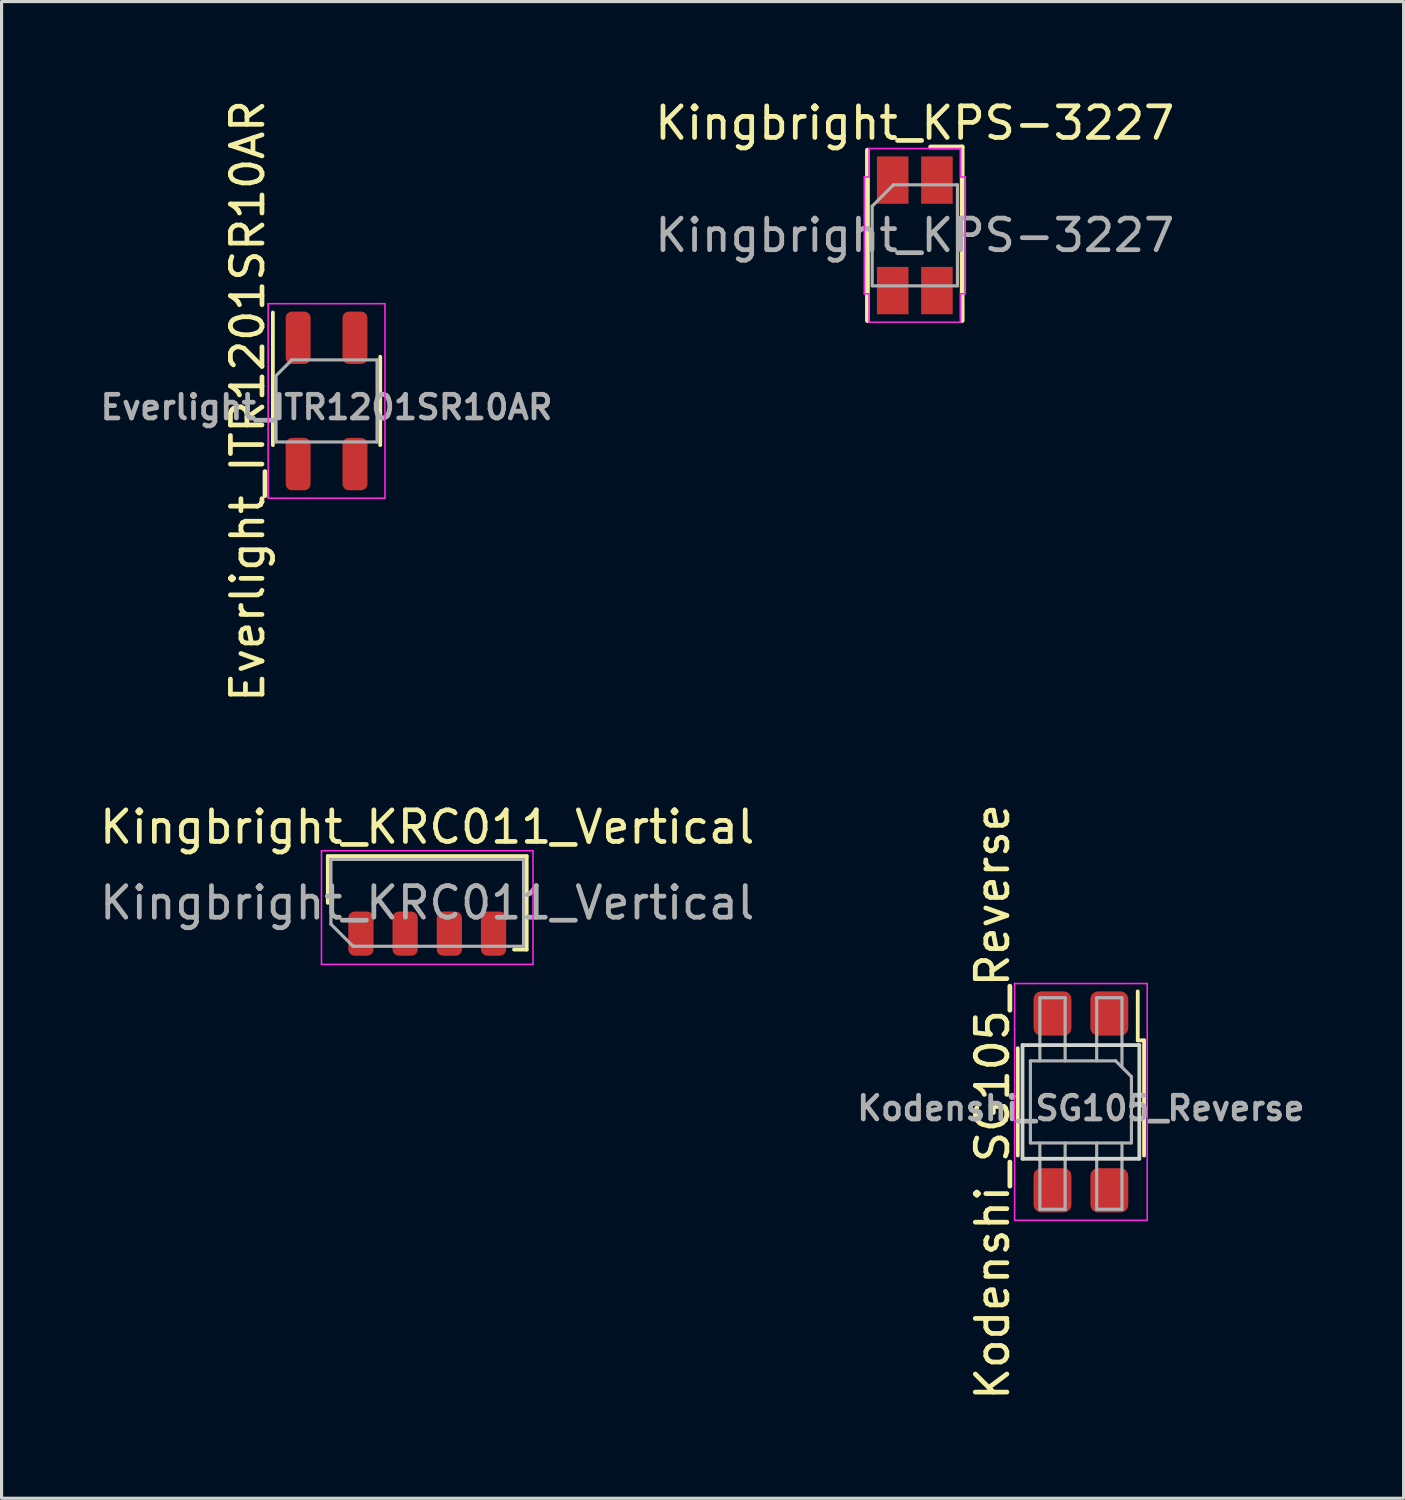
<source format=kicad_pcb>
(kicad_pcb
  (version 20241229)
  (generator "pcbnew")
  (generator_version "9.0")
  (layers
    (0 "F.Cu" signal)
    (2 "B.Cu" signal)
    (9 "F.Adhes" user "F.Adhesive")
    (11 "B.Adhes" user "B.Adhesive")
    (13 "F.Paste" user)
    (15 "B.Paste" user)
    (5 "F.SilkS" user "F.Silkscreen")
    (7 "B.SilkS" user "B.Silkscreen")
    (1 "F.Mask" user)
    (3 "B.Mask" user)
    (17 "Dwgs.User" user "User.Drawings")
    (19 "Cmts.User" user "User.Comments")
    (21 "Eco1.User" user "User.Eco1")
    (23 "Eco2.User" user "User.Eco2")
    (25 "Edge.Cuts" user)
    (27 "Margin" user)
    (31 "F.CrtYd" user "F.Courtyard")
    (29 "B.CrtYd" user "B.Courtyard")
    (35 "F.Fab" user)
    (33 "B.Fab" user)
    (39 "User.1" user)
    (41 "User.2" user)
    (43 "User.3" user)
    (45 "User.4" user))
  (footprint "Kodenshi_SG105_Reverse"
    (layer "F.Cu")
    (at 31.186 31.851)
    (property "Reference" "Kodenshi_SG105_Reverse" (at -2.8 0 90) (layer "F.SilkS") (effects (font (size 1 1) (thickness 0.15))))
    (attr smd)
    (fp_line (start -2 1.7) (end -2 -1.7) (stroke (width 0.12) (type solid)) (layer "F.SilkS"))
    (fp_line (start 1.8 -1.95) (end 1.8 -3.5) (stroke (width 0.12) (type solid)) (layer "F.SilkS"))
    (fp_line (start 1.8 -1.95) (end 2 -1.95) (stroke (width 0.12) (type solid)) (layer "F.SilkS"))
    (fp_line (start 2 1.7) (end 2 -1.95) (stroke (width 0.12) (type solid)) (layer "F.SilkS"))
    (fp_line (start -1.85 -1.8) (end 1.85 -1.8) (stroke (width 0.12) (type solid)) (layer "Edge.Cuts"))
    (fp_line (start -1.85 1.8) (end -1.85 -1.8) (stroke (width 0.12) (type solid)) (layer "Edge.Cuts"))
    (fp_line (start 1.85 -1.8) (end 1.85 1.8) (stroke (width 0.12) (type solid)) (layer "Edge.Cuts"))
    (fp_line (start 1.85 1.8) (end -1.85 1.8) (stroke (width 0.12) (type solid)) (layer "Edge.Cuts"))
    (fp_line (start -2.1 -3.75) (end -2.1 3.75) (stroke (width 0.05) (type solid)) (layer "F.CrtYd"))
    (fp_line (start -2.1 -3.75) (end 2.1 -3.75) (stroke (width 0.05) (type solid)) (layer "F.CrtYd"))
    (fp_line (start 2.1 3.75) (end -2.1 3.75) (stroke (width 0.05) (type solid)) (layer "F.CrtYd"))
    (fp_line (start 2.1 3.75) (end 2.1 -3.75) (stroke (width 0.05) (type solid)) (layer "F.CrtYd"))
    (fp_line (start -1.6 -1.3) (end -1.6 1.3) (stroke (width 0.1) (type solid)) (layer "F.Fab"))
    (fp_line (start -1.6 1.3) (end 1.6 1.3) (stroke (width 0.1) (type solid)) (layer "F.Fab"))
    (fp_line (start -1.3 -3.3) (end -1.3 -1.3) (stroke (width 0.1) (type solid)) (layer "F.Fab"))
    (fp_line (start -1.3 -3.3) (end -0.5 -3.3) (stroke (width 0.1) (type solid)) (layer "F.Fab"))
    (fp_line (start -1.3 3.4) (end -1.3 1.3) (stroke (width 0.1) (type solid)) (layer "F.Fab"))
    (fp_line (start -0.5 -3.3) (end -0.5 -1.3) (stroke (width 0.1) (type solid)) (layer "F.Fab"))
    (fp_line (start -0.5 1.3) (end -0.5 3.4) (stroke (width 0.1) (type solid)) (layer "F.Fab"))
    (fp_line (start -0.5 3.4) (end -1.3 3.4) (stroke (width 0.1) (type solid)) (layer "F.Fab"))
    (fp_line (start 0.5 -3.3) (end 1.3 -3.3) (stroke (width 0.1) (type solid)) (layer "F.Fab"))
    (fp_line (start 0.5 -1.3) (end 0.5 -3.3) (stroke (width 0.1) (type solid)) (layer "F.Fab"))
    (fp_line (start 0.5 1.3) (end 0.5 3.4) (stroke (width 0.1) (type solid)) (layer "F.Fab"))
    (fp_line (start 0.5 3.4) (end 1.3 3.4) (stroke (width 0.1) (type solid)) (layer "F.Fab"))
    (fp_line (start 1.1 -1.3) (end -1.6 -1.3) (stroke (width 0.1) (type solid)) (layer "F.Fab"))
    (fp_line (start 1.3 -3.3) (end 1.3 -1.1) (stroke (width 0.1) (type solid)) (layer "F.Fab"))
    (fp_line (start 1.3 3.4) (end 1.3 1.3) (stroke (width 0.1) (type solid)) (layer "F.Fab"))
    (fp_line (start 1.6 -0.8) (end 1.1 -1.3) (stroke (width 0.1) (type solid)) (layer "F.Fab"))
    (fp_line (start 1.6 1.3) (end 1.6 -0.8) (stroke (width 0.1) (type solid)) (layer "F.Fab"))
    (fp_text user "${REFERENCE}" (at 0 0.2 0) (layer "F.Fab") (effects (font (size 0.75 0.75) (thickness 0.15))))
    (pad "1" smd roundrect (at 0.9 -2.8) (size 1.2 1.4) (layers "F.Cu" "F.Mask" "F.Paste") (roundrect_rratio 0.2))
    (pad "2" smd roundrect (at 0.9 2.8) (size 1.2 1.4) (layers "F.Cu" "F.Mask" "F.Paste") (roundrect_rratio 0.2))
    (pad "3" smd roundrect (at -0.9 2.8) (size 1.2 1.4) (layers "F.Cu" "F.Mask" "F.Paste") (roundrect_rratio 0.2))
    (pad "4" smd roundrect (at -0.9 -2.8) (size 1.2 1.4) (layers "F.Cu" "F.Mask" "F.Paste") (roundrect_rratio 0.2)))
  (footprint "Kingbright_KRC011_Vertical"
    (layer "F.Cu")
    (at 10.482 25.546)
    (property "Reference" "Kingbright_KRC011_Vertical" (at 0 -2.4 0) (layer "F.SilkS") (effects (font (size 1 1) (thickness 0.15))))
    (attr smd)
    (fp_line (start -3.15 -1.48) (end -3.15 0) (stroke (width 0.12) (type solid)) (layer "F.SilkS"))
    (fp_line (start 3.15 -1.48) (end -3.15 -1.48) (stroke (width 0.12) (type solid)) (layer "F.SilkS"))
    (fp_line (start 3.15 -1.48) (end 3.15 1.48) (stroke (width 0.12) (type solid)) (layer "F.SilkS"))
    (fp_line (start 3.15 1.48) (end 2.75 1.48) (stroke (width 0.12) (type solid)) (layer "F.SilkS"))
    (fp_line (start -3.35 -1.65) (end -3.35 1.95) (stroke (width 0.05) (type solid)) (layer "F.CrtYd"))
    (fp_line (start -3.35 -1.65) (end 3.35 -1.65) (stroke (width 0.05) (type solid)) (layer "F.CrtYd"))
    (fp_line (start -3.35 1.95) (end 3.35 1.95) (stroke (width 0.05) (type solid)) (layer "F.CrtYd"))
    (fp_line (start 3.35 1.95) (end 3.35 -1.65) (stroke (width 0.05) (type solid)) (layer "F.CrtYd"))
    (fp_line (start -3.05 -1.375) (end 3.05 -1.375) (stroke (width 0.1) (type solid)) (layer "F.Fab"))
    (fp_line (start -3.05 0.675) (end -3.05 -1.375) (stroke (width 0.1) (type solid)) (layer "F.Fab"))
    (fp_line (start -3.05 0.675) (end -2.35 1.375) (stroke (width 0.1) (type solid)) (layer "F.Fab"))
    (fp_line (start 3.05 -1.375) (end 3.05 1.375) (stroke (width 0.1) (type solid)) (layer "F.Fab"))
    (fp_line (start 3.05 1.375) (end -2.35 1.375) (stroke (width 0.1) (type solid)) (layer "F.Fab"))
    (fp_text user "${REFERENCE}" (at 0 0 0) (layer "F.Fab") (effects (font (size 1 1) (thickness 0.15))))
    (pad "1" smd roundrect (at -2.1 0.975) (size 0.8 1.4) (layers "F.Cu" "F.Mask" "F.Paste") (roundrect_rratio 0.25))
    (pad "2" smd roundrect (at -0.7 0.975) (size 0.8 1.4) (layers "F.Cu" "F.Mask" "F.Paste") (roundrect_rratio 0.25))
    (pad "3" smd roundrect (at 0.7 0.975) (size 0.8 1.4) (layers "F.Cu" "F.Mask" "F.Paste") (roundrect_rratio 0.25))
    (pad "4" smd roundrect (at 2.1 0.975) (size 0.8 1.4) (layers "F.Cu" "F.Mask" "F.Paste") (roundrect_rratio 0.25)))
  (footprint "Everlight_ITR1201SR10AR"
    (layer "F.Cu")
    (at 7.293 9.649)
    (property "Reference" "Everlight_ITR1201SR10AR" (at -2.5 0 90) (layer "F.SilkS") (effects (font (size 1 1) (thickness 0.15))))
    (attr smd)
    (fp_line (start -1.7 1.4) (end -1.7 -2.8) (stroke (width 0.12) (type solid)) (layer "F.SilkS"))
    (fp_line (start 1.7 1.4) (end 1.7 -1.4) (stroke (width 0.12) (type solid)) (layer "F.SilkS"))
    (fp_line (start -1.85 -3.08) (end -1.85 3.08) (stroke (width 0.05) (type solid)) (layer "F.CrtYd"))
    (fp_line (start -1.85 -3.08) (end 1.85 -3.08) (stroke (width 0.05) (type solid)) (layer "F.CrtYd"))
    (fp_line (start 1.85 3.08) (end -1.85 3.08) (stroke (width 0.05) (type solid)) (layer "F.CrtYd"))
    (fp_line (start 1.85 3.08) (end 1.85 -3.08) (stroke (width 0.05) (type solid)) (layer "F.CrtYd"))
    (fp_line (start -1.6 -0.8) (end -1.1 -1.3) (stroke (width 0.1) (type solid)) (layer "F.Fab"))
    (fp_line (start -1.6 1.3) (end -1.6 -0.8) (stroke (width 0.1) (type solid)) (layer "F.Fab"))
    (fp_line (start -1.1 -1.3) (end 1.6 -1.3) (stroke (width 0.1) (type solid)) (layer "F.Fab"))
    (fp_line (start 1.6 -1.3) (end 1.6 1.3) (stroke (width 0.1) (type solid)) (layer "F.Fab"))
    (fp_line (start 1.6 1.3) (end -1.6 1.3) (stroke (width 0.1) (type solid)) (layer "F.Fab"))
    (fp_text user "${REFERENCE}" (at 0 0.2 0) (layer "F.Fab") (effects (font (size 0.75 0.75) (thickness 0.15))))
    (pad "1" smd roundrect (at -0.9 2) (size 0.79 1.66) (layers "F.Cu" "F.Mask" "F.Paste") (roundrect_rratio 0.25))
    (pad "2" smd roundrect (at -0.9 -2) (size 0.79 1.66) (layers "F.Cu" "F.Mask" "F.Paste") (roundrect_rratio 0.25))
    (pad "3" smd roundrect (at 0.9 2) (size 0.79 1.66) (layers "F.Cu" "F.Mask" "F.Paste") (roundrect_rratio 0.25))
    (pad "4" smd roundrect (at 0.9 -2) (size 0.79 1.66) (layers "F.Cu" "F.Mask" "F.Paste") (roundrect_rratio 0.25)))
  (footprint "Kingbright_KPS-3227"
    (layer "F.Cu")
    (at 25.925 4.404)
    (property "Reference" "Kingbright_KPS-3227" (at 0 -3.556 180) (layer "F.SilkS") (effects (font (size 1 1) (thickness 0.15))))
    (attr smd)
    (fp_line (start -1.5 2.7) (end -1.5 -2.7) (stroke (width 0.15) (type solid)) (layer "F.SilkS"))
    (fp_line (start 0.5 -2.8) (end 1.5 -2.8) (stroke (width 0.15) (type solid)) (layer "F.SilkS"))
    (fp_line (start 1.5 2.7) (end 1.5 -2.8) (stroke (width 0.15) (type solid)) (layer "F.SilkS"))
    (fp_line (start -1.6 -1.85) (end -1.6 1.85) (stroke (width 0.05) (type solid)) (layer "F.CrtYd"))
    (fp_line (start -1.6 -1.85) (end -1.45 -1.85) (stroke (width 0.05) (type solid)) (layer "F.CrtYd"))
    (fp_line (start -1.6 1.85) (end -1.45 1.85) (stroke (width 0.05) (type solid)) (layer "F.CrtYd"))
    (fp_line (start -1.45 -1.85) (end -1.45 -2.75) (stroke (width 0.05) (type solid)) (layer "F.CrtYd"))
    (fp_line (start -1.45 1.85) (end -1.45 2.75) (stroke (width 0.05) (type solid)) (layer "F.CrtYd"))
    (fp_line (start -1.45 2.75) (end 1.45 2.75) (stroke (width 0.05) (type solid)) (layer "F.CrtYd"))
    (fp_line (start 1.45 -2.75) (end -1.45 -2.75) (stroke (width 0.05) (type solid)) (layer "F.CrtYd"))
    (fp_line (start 1.45 -2.75) (end 1.45 -1.85) (stroke (width 0.05) (type solid)) (layer "F.CrtYd"))
    (fp_line (start 1.45 1.85) (end 1.6 1.85) (stroke (width 0.05) (type solid)) (layer "F.CrtYd"))
    (fp_line (start 1.45 2.75) (end 1.45 1.85) (stroke (width 0.05) (type solid)) (layer "F.CrtYd"))
    (fp_line (start 1.6 -1.85) (end 1.45 -1.85) (stroke (width 0.05) (type solid)) (layer "F.CrtYd"))
    (fp_line (start 1.6 1.85) (end 1.6 -1.85) (stroke (width 0.05) (type solid)) (layer "F.CrtYd"))
    (fp_line (start -1.35 -0.925) (end -1.35 1.6) (stroke (width 0.1) (type solid)) (layer "F.Fab"))
    (fp_line (start -1.35 1.6) (end 1.35 1.6) (stroke (width 0.1) (type solid)) (layer "F.Fab"))
    (fp_line (start -0.675 -1.6) (end -1.35 -0.925) (stroke (width 0.1) (type solid)) (layer "F.Fab"))
    (fp_line (start 1.35 -1.6) (end -0.675 -1.6) (stroke (width 0.1) (type solid)) (layer "F.Fab"))
    (fp_line (start 1.35 1.6) (end 1.35 -1.6) (stroke (width 0.1) (type solid)) (layer "F.Fab"))
    (fp_text user "${REFERENCE}" (at 0 0 180) (layer "F.Fab") (effects (font (size 1 1) (thickness 0.15))))
    (pad "1" smd rect (at -0.7 -1.75) (size 1 1.5) (layers "F.Cu" "F.Mask" "F.Paste"))
    (pad "2" smd rect (at -0.7 1.75) (size 1 1.5) (layers "F.Cu" "F.Mask" "F.Paste"))
    (pad "3" smd rect (at 0.7 -1.75) (size 1 1.5) (layers "F.Cu" "F.Mask" "F.Paste"))
    (pad "4" smd rect (at 0.7 1.75) (size 1 1.5) (layers "F.Cu" "F.Mask" "F.Paste")))
  (gr_rect
    (start -3 -3)
    (end 41.407 44.405)
    (stroke (width 0.1) (type default))
    (fill no)
    (layer "Edge.Cuts")))
</source>
